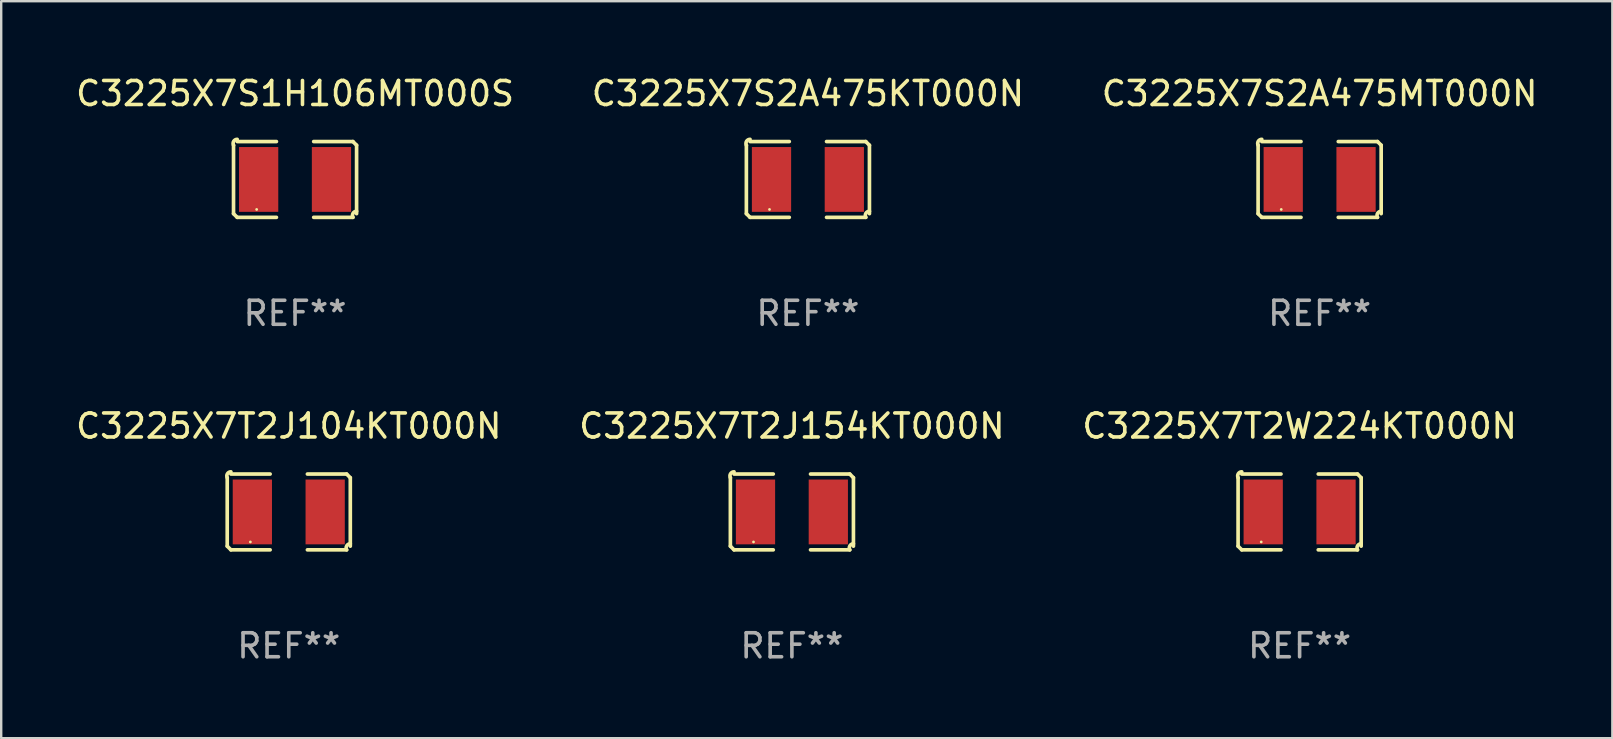
<source format=kicad_pcb>
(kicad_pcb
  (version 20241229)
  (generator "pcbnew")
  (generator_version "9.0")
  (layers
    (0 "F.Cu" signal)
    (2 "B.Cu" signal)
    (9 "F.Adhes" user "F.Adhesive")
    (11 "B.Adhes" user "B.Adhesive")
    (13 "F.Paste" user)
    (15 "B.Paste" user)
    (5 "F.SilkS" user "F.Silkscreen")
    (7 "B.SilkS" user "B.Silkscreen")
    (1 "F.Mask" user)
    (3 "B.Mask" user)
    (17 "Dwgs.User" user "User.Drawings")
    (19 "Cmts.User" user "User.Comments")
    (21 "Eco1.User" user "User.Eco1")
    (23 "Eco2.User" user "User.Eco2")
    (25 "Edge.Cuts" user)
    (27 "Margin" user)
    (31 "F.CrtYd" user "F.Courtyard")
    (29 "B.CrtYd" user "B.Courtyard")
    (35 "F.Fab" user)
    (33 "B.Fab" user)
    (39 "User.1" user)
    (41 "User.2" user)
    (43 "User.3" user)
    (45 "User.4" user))
  (footprint "C3225X7S2A475MT000N"
    (layer "F.Cu")
    (at 51.935 4.427)
    (property "Reference" "C3225X7S2A475MT000N" (at 0 -3.579 0) (layer "F.SilkS") (effects (font (size 1 1) (thickness 0.15))))
    (attr through_hole)
    (fp_line (start -2.564 1.426) (end -2.564 -1.426) (stroke (width 0.152) (type solid)) (layer "F.SilkS"))
    (fp_line (start -2.411 -1.579) (end -0.776 -1.579) (stroke (width 0.152) (type solid)) (layer "F.SilkS"))
    (fp_line (start -0.776 1.579) (end -2.411 1.579) (stroke (width 0.152) (type solid)) (layer "F.SilkS"))
    (fp_line (start 0.776 1.579) (end 2.411 1.579) (stroke (width 0.152) (type solid)) (layer "F.SilkS"))
    (fp_line (start 2.411 -1.579) (end 0.776 -1.579) (stroke (width 0.152) (type solid)) (layer "F.SilkS"))
    (fp_line (start 2.564 1.426) (end 2.564 -1.426) (stroke (width 0.152) (type solid)) (layer "F.SilkS"))
    (fp_arc (start -2.563602 -1.426213) (mid -2.555597 -1.591233) (end -2.411201 -1.671518) (stroke (width 0.1524) (type solid)) (layer "F.SilkS"))
    (fp_arc (start -2.5636 1.426214) (mid -2.487389 1.502402) (end -2.411201 1.578613) (stroke (width 0.1524) (type solid)) (layer "F.SilkS"))
    (fp_arc (start 2.411197 -1.578618) (mid 2.487403 -1.502419) (end 2.563602 -1.426213) (stroke (width 0.1524) (type solid)) (layer "F.SilkS"))
    (fp_arc (start 2.411201 1.578613) (mid 2.416214 1.409455) (end 2.563602 1.32629) (stroke (width 0.1524) (type solid)) (layer "F.SilkS"))
    (fp_circle (center -1.6 1.25) (end -1.57 1.25) (stroke (width 0.06) (type solid)) (fill no) (layer "F.SilkS"))
    (fp_text user "REF**" (at 0 5.579 0) (layer "F.Fab") (effects (font (size 1 1) (thickness 0.15))))
    (pad "1" smd rect (at -1.517 0) (size 1.635 2.7) (layers "F.Cu" "F.Mask" "F.Paste"))
    (pad "2" smd rect (at 1.517 0) (size 1.635 2.7) (layers "F.Cu" "F.Mask" "F.Paste")))
  (footprint "C3225X7T2J104KT000N"
    (layer "F.Cu")
    (at 8.982 18.281)
    (property "Reference" "C3225X7T2J104KT000N" (at 0 -3.579 0) (layer "F.SilkS") (effects (font (size 1 1) (thickness 0.15))))
    (attr through_hole)
    (fp_line (start -2.564 1.426) (end -2.564 -1.426) (stroke (width 0.152) (type solid)) (layer "F.SilkS"))
    (fp_line (start -2.411 -1.579) (end -0.776 -1.579) (stroke (width 0.152) (type solid)) (layer "F.SilkS"))
    (fp_line (start -0.776 1.579) (end -2.411 1.579) (stroke (width 0.152) (type solid)) (layer "F.SilkS"))
    (fp_line (start 0.776 1.579) (end 2.411 1.579) (stroke (width 0.152) (type solid)) (layer "F.SilkS"))
    (fp_line (start 2.411 -1.579) (end 0.776 -1.579) (stroke (width 0.152) (type solid)) (layer "F.SilkS"))
    (fp_line (start 2.564 1.426) (end 2.564 -1.426) (stroke (width 0.152) (type solid)) (layer "F.SilkS"))
    (fp_arc (start -2.563602 -1.426213) (mid -2.555597 -1.591233) (end -2.411201 -1.671518) (stroke (width 0.1524) (type solid)) (layer "F.SilkS"))
    (fp_arc (start -2.5636 1.426214) (mid -2.487389 1.502402) (end -2.411201 1.578613) (stroke (width 0.1524) (type solid)) (layer "F.SilkS"))
    (fp_arc (start 2.411197 -1.578618) (mid 2.487403 -1.502419) (end 2.563602 -1.426213) (stroke (width 0.1524) (type solid)) (layer "F.SilkS"))
    (fp_arc (start 2.411201 1.578613) (mid 2.416214 1.409455) (end 2.563602 1.32629) (stroke (width 0.1524) (type solid)) (layer "F.SilkS"))
    (fp_circle (center -1.6 1.25) (end -1.57 1.25) (stroke (width 0.06) (type solid)) (fill no) (layer "F.SilkS"))
    (fp_text user "REF**" (at 0 5.579 0) (layer "F.Fab") (effects (font (size 1 1) (thickness 0.15))))
    (pad "1" smd rect (at -1.517 0) (size 1.635 2.7) (layers "F.Cu" "F.Mask" "F.Paste"))
    (pad "2" smd rect (at 1.517 0) (size 1.635 2.7) (layers "F.Cu" "F.Mask" "F.Paste")))
  (footprint "C3225X7T2J154KT000N"
    (layer "F.Cu")
    (at 29.946 18.281)
    (property "Reference" "C3225X7T2J154KT000N" (at 0 -3.579 0) (layer "F.SilkS") (effects (font (size 1 1) (thickness 0.15))))
    (attr through_hole)
    (fp_line (start -2.564 1.426) (end -2.564 -1.426) (stroke (width 0.152) (type solid)) (layer "F.SilkS"))
    (fp_line (start -2.411 -1.579) (end -0.776 -1.579) (stroke (width 0.152) (type solid)) (layer "F.SilkS"))
    (fp_line (start -0.776 1.579) (end -2.411 1.579) (stroke (width 0.152) (type solid)) (layer "F.SilkS"))
    (fp_line (start 0.776 1.579) (end 2.411 1.579) (stroke (width 0.152) (type solid)) (layer "F.SilkS"))
    (fp_line (start 2.411 -1.579) (end 0.776 -1.579) (stroke (width 0.152) (type solid)) (layer "F.SilkS"))
    (fp_line (start 2.564 1.426) (end 2.564 -1.426) (stroke (width 0.152) (type solid)) (layer "F.SilkS"))
    (fp_arc (start -2.563602 -1.426213) (mid -2.555597 -1.591233) (end -2.411201 -1.671518) (stroke (width 0.1524) (type solid)) (layer "F.SilkS"))
    (fp_arc (start -2.5636 1.426214) (mid -2.487389 1.502402) (end -2.411201 1.578613) (stroke (width 0.1524) (type solid)) (layer "F.SilkS"))
    (fp_arc (start 2.411197 -1.578618) (mid 2.487403 -1.502419) (end 2.563602 -1.426213) (stroke (width 0.1524) (type solid)) (layer "F.SilkS"))
    (fp_arc (start 2.411201 1.578613) (mid 2.416214 1.409455) (end 2.563602 1.32629) (stroke (width 0.1524) (type solid)) (layer "F.SilkS"))
    (fp_circle (center -1.6 1.25) (end -1.57 1.25) (stroke (width 0.06) (type solid)) (fill no) (layer "F.SilkS"))
    (fp_text user "REF**" (at 0 5.579 0) (layer "F.Fab") (effects (font (size 1 1) (thickness 0.15))))
    (pad "1" smd rect (at -1.517 0) (size 1.635 2.7) (layers "F.Cu" "F.Mask" "F.Paste"))
    (pad "2" smd rect (at 1.517 0) (size 1.635 2.7) (layers "F.Cu" "F.Mask" "F.Paste")))
  (footprint "C3225X7S1H106MT000S"
    (layer "F.Cu")
    (at 9.244 4.427)
    (property "Reference" "C3225X7S1H106MT000S" (at 0 -3.579 0) (layer "F.SilkS") (effects (font (size 1 1) (thickness 0.15))))
    (attr through_hole)
    (fp_line (start -2.564 1.426) (end -2.564 -1.426) (stroke (width 0.152) (type solid)) (layer "F.SilkS"))
    (fp_line (start -2.411 -1.579) (end -0.776 -1.579) (stroke (width 0.152) (type solid)) (layer "F.SilkS"))
    (fp_line (start -0.776 1.579) (end -2.411 1.579) (stroke (width 0.152) (type solid)) (layer "F.SilkS"))
    (fp_line (start 0.776 1.579) (end 2.411 1.579) (stroke (width 0.152) (type solid)) (layer "F.SilkS"))
    (fp_line (start 2.411 -1.579) (end 0.776 -1.579) (stroke (width 0.152) (type solid)) (layer "F.SilkS"))
    (fp_line (start 2.564 1.426) (end 2.564 -1.426) (stroke (width 0.152) (type solid)) (layer "F.SilkS"))
    (fp_arc (start -2.563602 -1.426213) (mid -2.555597 -1.591233) (end -2.411201 -1.671518) (stroke (width 0.1524) (type solid)) (layer "F.SilkS"))
    (fp_arc (start -2.5636 1.426214) (mid -2.487389 1.502402) (end -2.411201 1.578613) (stroke (width 0.1524) (type solid)) (layer "F.SilkS"))
    (fp_arc (start 2.411197 -1.578618) (mid 2.487403 -1.502419) (end 2.563602 -1.426213) (stroke (width 0.1524) (type solid)) (layer "F.SilkS"))
    (fp_arc (start 2.411201 1.578613) (mid 2.416214 1.409455) (end 2.563602 1.32629) (stroke (width 0.1524) (type solid)) (layer "F.SilkS"))
    (fp_circle (center -1.6 1.25) (end -1.57 1.25) (stroke (width 0.06) (type solid)) (fill no) (layer "F.SilkS"))
    (fp_text user "REF**" (at 0 5.579 0) (layer "F.Fab") (effects (font (size 1 1) (thickness 0.15))))
    (pad "1" smd rect (at -1.517 0) (size 1.635 2.7) (layers "F.Cu" "F.Mask" "F.Paste"))
    (pad "2" smd rect (at 1.517 0) (size 1.635 2.7) (layers "F.Cu" "F.Mask" "F.Paste")))
  (footprint "C3225X7T2W224KT000N"
    (layer "F.Cu")
    (at 51.101 18.281)
    (property "Reference" "C3225X7T2W224KT000N" (at 0 -3.579 0) (layer "F.SilkS") (effects (font (size 1 1) (thickness 0.15))))
    (attr through_hole)
    (fp_line (start -2.564 1.426) (end -2.564 -1.426) (stroke (width 0.152) (type solid)) (layer "F.SilkS"))
    (fp_line (start -2.411 -1.579) (end -0.776 -1.579) (stroke (width 0.152) (type solid)) (layer "F.SilkS"))
    (fp_line (start -0.776 1.579) (end -2.411 1.579) (stroke (width 0.152) (type solid)) (layer "F.SilkS"))
    (fp_line (start 0.776 1.579) (end 2.411 1.579) (stroke (width 0.152) (type solid)) (layer "F.SilkS"))
    (fp_line (start 2.411 -1.579) (end 0.776 -1.579) (stroke (width 0.152) (type solid)) (layer "F.SilkS"))
    (fp_line (start 2.564 1.426) (end 2.564 -1.426) (stroke (width 0.152) (type solid)) (layer "F.SilkS"))
    (fp_arc (start -2.563602 -1.426213) (mid -2.555597 -1.591233) (end -2.411201 -1.671518) (stroke (width 0.1524) (type solid)) (layer "F.SilkS"))
    (fp_arc (start -2.5636 1.426214) (mid -2.487389 1.502402) (end -2.411201 1.578613) (stroke (width 0.1524) (type solid)) (layer "F.SilkS"))
    (fp_arc (start 2.411197 -1.578618) (mid 2.487403 -1.502419) (end 2.563602 -1.426213) (stroke (width 0.1524) (type solid)) (layer "F.SilkS"))
    (fp_arc (start 2.411201 1.578613) (mid 2.416214 1.409455) (end 2.563602 1.32629) (stroke (width 0.1524) (type solid)) (layer "F.SilkS"))
    (fp_circle (center -1.6 1.25) (end -1.57 1.25) (stroke (width 0.06) (type solid)) (fill no) (layer "F.SilkS"))
    (fp_text user "REF**" (at 0 5.579 0) (layer "F.Fab") (effects (font (size 1 1) (thickness 0.15))))
    (pad "1" smd rect (at -1.517 0) (size 1.635 2.7) (layers "F.Cu" "F.Mask" "F.Paste"))
    (pad "2" smd rect (at 1.517 0) (size 1.635 2.7) (layers "F.Cu" "F.Mask" "F.Paste")))
  (footprint "C3225X7S2A475KT000N"
    (layer "F.Cu")
    (at 30.613 4.427)
    (property "Reference" "C3225X7S2A475KT000N" (at 0 -3.579 0) (layer "F.SilkS") (effects (font (size 1 1) (thickness 0.15))))
    (attr through_hole)
    (fp_line (start -2.564 1.426) (end -2.564 -1.426) (stroke (width 0.152) (type solid)) (layer "F.SilkS"))
    (fp_line (start -2.411 -1.579) (end -0.776 -1.579) (stroke (width 0.152) (type solid)) (layer "F.SilkS"))
    (fp_line (start -0.776 1.579) (end -2.411 1.579) (stroke (width 0.152) (type solid)) (layer "F.SilkS"))
    (fp_line (start 0.776 1.579) (end 2.411 1.579) (stroke (width 0.152) (type solid)) (layer "F.SilkS"))
    (fp_line (start 2.411 -1.579) (end 0.776 -1.579) (stroke (width 0.152) (type solid)) (layer "F.SilkS"))
    (fp_line (start 2.564 1.426) (end 2.564 -1.426) (stroke (width 0.152) (type solid)) (layer "F.SilkS"))
    (fp_arc (start -2.563602 -1.426213) (mid -2.555597 -1.591233) (end -2.411201 -1.671518) (stroke (width 0.1524) (type solid)) (layer "F.SilkS"))
    (fp_arc (start -2.5636 1.426214) (mid -2.487389 1.502402) (end -2.411201 1.578613) (stroke (width 0.1524) (type solid)) (layer "F.SilkS"))
    (fp_arc (start 2.411197 -1.578618) (mid 2.487403 -1.502419) (end 2.563602 -1.426213) (stroke (width 0.1524) (type solid)) (layer "F.SilkS"))
    (fp_arc (start 2.411201 1.578613) (mid 2.416214 1.409455) (end 2.563602 1.32629) (stroke (width 0.1524) (type solid)) (layer "F.SilkS"))
    (fp_circle (center -1.6 1.25) (end -1.57 1.25) (stroke (width 0.06) (type solid)) (fill no) (layer "F.SilkS"))
    (fp_text user "REF**" (at 0 5.579 0) (layer "F.Fab") (effects (font (size 1 1) (thickness 0.15))))
    (pad "1" smd rect (at -1.517 0) (size 1.635 2.7) (layers "F.Cu" "F.Mask" "F.Paste"))
    (pad "2" smd rect (at 1.517 0) (size 1.635 2.7) (layers "F.Cu" "F.Mask" "F.Paste")))
  (gr_rect
    (start -3 -3)
    (end 64.131 27.707)
    (stroke (width 0.1) (type default))
    (fill no)
    (layer "Edge.Cuts")))
</source>
